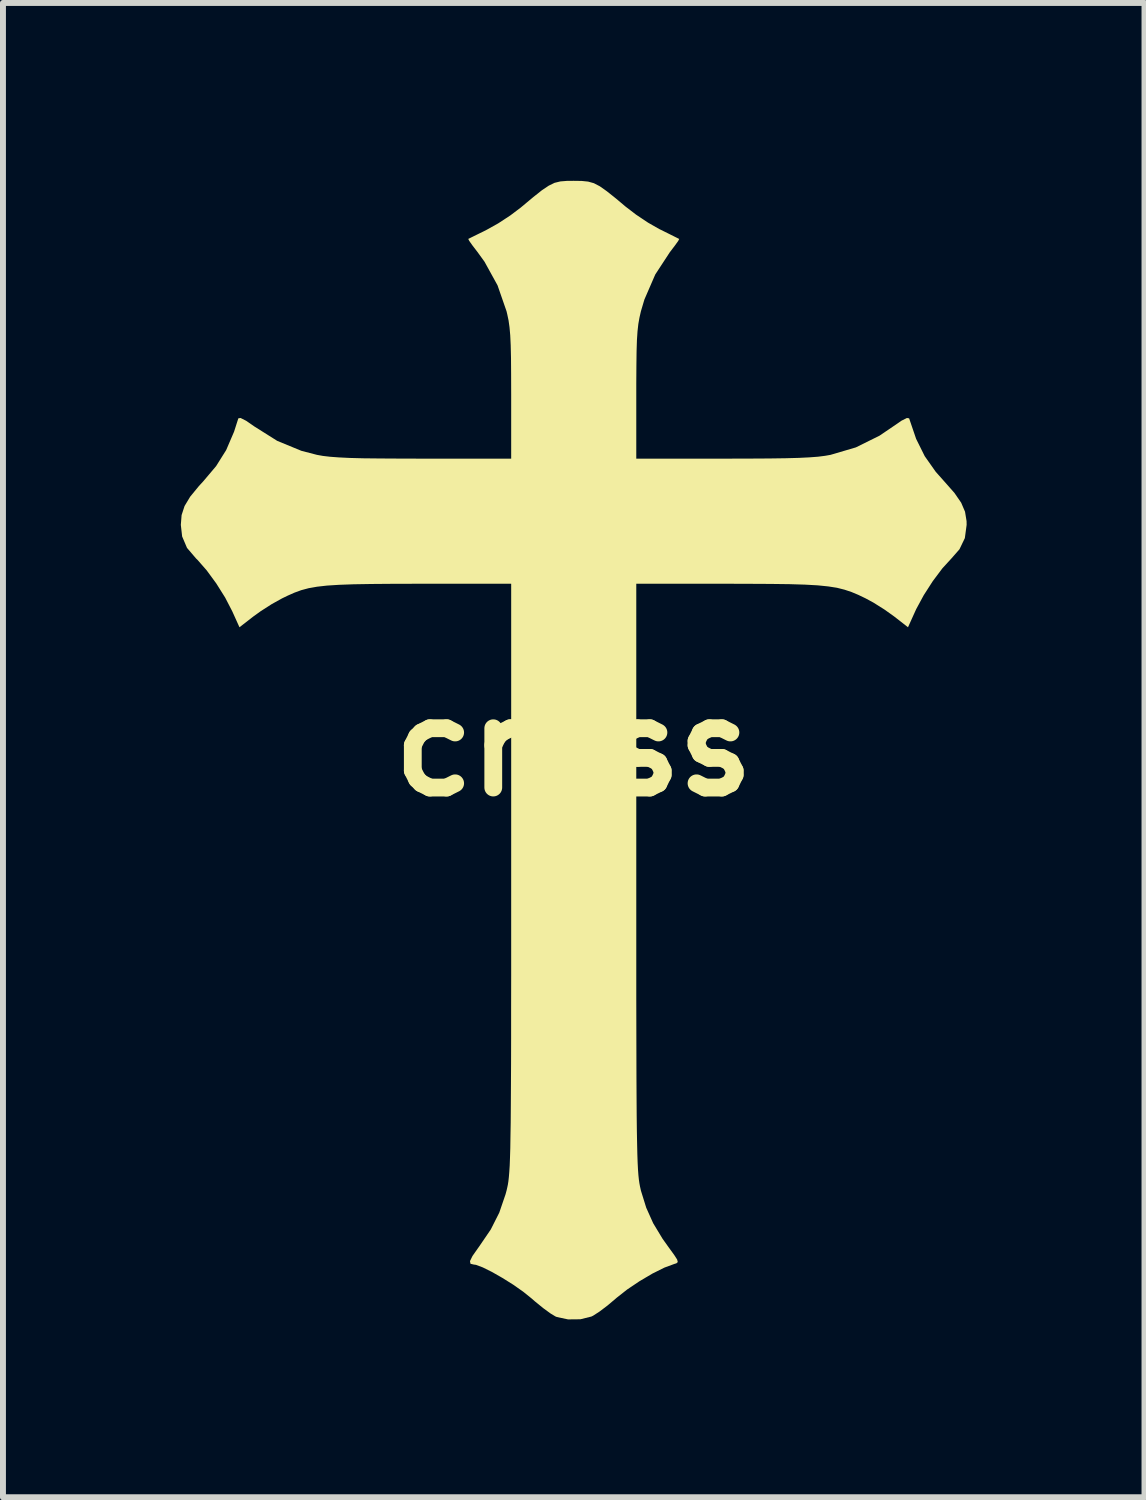
<source format=kicad_pcb>
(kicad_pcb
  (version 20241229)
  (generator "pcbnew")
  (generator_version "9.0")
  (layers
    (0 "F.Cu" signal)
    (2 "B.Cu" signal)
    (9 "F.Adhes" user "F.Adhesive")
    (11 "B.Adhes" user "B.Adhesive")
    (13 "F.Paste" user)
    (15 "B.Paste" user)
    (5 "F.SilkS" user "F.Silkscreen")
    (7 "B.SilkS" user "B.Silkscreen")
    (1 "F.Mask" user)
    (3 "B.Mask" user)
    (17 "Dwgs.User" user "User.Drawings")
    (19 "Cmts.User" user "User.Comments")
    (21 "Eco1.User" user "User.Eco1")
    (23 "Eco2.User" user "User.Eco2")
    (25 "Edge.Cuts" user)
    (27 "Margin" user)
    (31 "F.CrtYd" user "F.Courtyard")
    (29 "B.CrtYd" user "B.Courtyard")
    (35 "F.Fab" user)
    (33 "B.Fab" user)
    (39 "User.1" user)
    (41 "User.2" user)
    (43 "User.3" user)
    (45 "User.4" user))
  (footprint "cross"
    (layer "F.Cu")
    (at 6.627 9.555)
    (property "Reference" "cross" (at 0 0 0) (layer "F.SilkS") (effects (font (size 1.5 1.5) (thickness 0.3))))
    (attr board_only exclude_from_pos_files exclude_from_bom)
    (fp_poly (pts (xy 0.135 -9.553) (xy 0.243 -9.542) (xy 0.34 -9.515) (xy 0.44 -9.463) (xy 0.559 -9.379) (xy 0.712 -9.257) (xy 0.876 -9.119) (xy 1.051 -8.985) (xy 1.253 -8.85) (xy 1.442 -8.742) (xy 1.459 -8.734) (xy 1.6 -8.664) (xy 1.71 -8.609) (xy 1.772 -8.578) (xy 1.779 -8.575) (xy 1.763 -8.542) (xy 1.707 -8.464) (xy 1.625 -8.356) (xy 1.623 -8.354) (xy 1.375 -7.975) (xy 1.192 -7.553) (xy 1.133 -7.354) (xy 1.109 -7.249) (xy 1.09 -7.142) (xy 1.076 -7.018) (xy 1.066 -6.868) (xy 1.06 -6.677) (xy 1.057 -6.436) (xy 1.055 -6.131) (xy 1.055 -5.958) (xy 1.055 -4.869) (xy 2.538 -4.869) (xy 2.952 -4.87) (xy 3.294 -4.872) (xy 3.573 -4.876) (xy 3.798 -4.882) (xy 3.978 -4.891) (xy 4.122 -4.902) (xy 4.24 -4.917) (xy 4.331 -4.933) (xy 4.759 -5.059) (xy 5.157 -5.256) (xy 5.387 -5.412) (xy 5.528 -5.509) (xy 5.62 -5.555) (xy 5.657 -5.549) (xy 5.775 -5.203) (xy 5.92 -4.911) (xy 6.106 -4.647) (xy 6.251 -4.484) (xy 6.422 -4.29) (xy 6.535 -4.126) (xy 6.6 -3.974) (xy 6.626 -3.815) (xy 6.627 -3.752) (xy 6.597 -3.529) (xy 6.506 -3.34) (xy 6.37 -3.185) (xy 6.218 -3.019) (xy 6.056 -2.803) (xy 5.903 -2.565) (xy 5.777 -2.332) (xy 5.76 -2.295) (xy 5.638 -2.025) (xy 5.405 -2.207) (xy 5.241 -2.324) (xy 5.055 -2.441) (xy 4.922 -2.513) (xy 4.799 -2.572) (xy 4.684 -2.62) (xy 4.567 -2.659) (xy 4.44 -2.691) (xy 4.293 -2.714) (xy 4.117 -2.732) (xy 3.902 -2.744) (xy 3.641 -2.752) (xy 3.324 -2.756) (xy 2.942 -2.758) (xy 2.607 -2.759) (xy 1.055 -2.759) (xy 1.055 2.205) (xy 1.055 2.944) (xy 1.055 3.606) (xy 1.055 4.197) (xy 1.056 4.719) (xy 1.057 5.179) (xy 1.058 5.58) (xy 1.06 5.927) (xy 1.062 6.224) (xy 1.065 6.476) (xy 1.069 6.687) (xy 1.073 6.863) (xy 1.078 7.006) (xy 1.084 7.123) (xy 1.091 7.217) (xy 1.099 7.293) (xy 1.108 7.355) (xy 1.118 7.408) (xy 1.129 7.457) (xy 1.133 7.476) (xy 1.223 7.766) (xy 1.34 8.027) (xy 1.499 8.29) (xy 1.601 8.433) (xy 1.694 8.561) (xy 1.744 8.639) (xy 1.755 8.682) (xy 1.732 8.703) (xy 1.696 8.714) (xy 1.531 8.775) (xy 1.328 8.876) (xy 1.111 9.004) (xy 0.901 9.145) (xy 0.722 9.286) (xy 0.712 9.295) (xy 0.571 9.414) (xy 0.435 9.517) (xy 0.328 9.586) (xy 0.298 9.601) (xy 0.112 9.647) (xy -0.096 9.649) (xy -0.284 9.609) (xy -0.307 9.6) (xy -0.393 9.548) (xy -0.516 9.458) (xy -0.656 9.344) (xy -0.712 9.295) (xy -0.851 9.183) (xy -1.02 9.064) (xy -1.202 8.95) (xy -1.379 8.849) (xy -1.534 8.772) (xy -1.649 8.729) (xy -1.686 8.724) (xy -1.741 8.711) (xy -1.75 8.666) (xy -1.708 8.58) (xy -1.614 8.446) (xy -1.596 8.421) (xy -1.399 8.132) (xy -1.256 7.849) (xy -1.15 7.539) (xy -1.133 7.476) (xy -1.122 7.428) (xy -1.111 7.377) (xy -1.102 7.319) (xy -1.094 7.248) (xy -1.087 7.162) (xy -1.08 7.055) (xy -1.075 6.922) (xy -1.07 6.76) (xy -1.067 6.563) (xy -1.063 6.328) (xy -1.061 6.049) (xy -1.059 5.722) (xy -1.057 5.343) (xy -1.056 4.907) (xy -1.056 4.409) (xy -1.055 3.846) (xy -1.055 3.212) (xy -1.055 2.504) (xy -1.055 2.205) (xy -1.055 -2.759) (xy -2.607 -2.759) (xy -3.044 -2.758) (xy -3.409 -2.755) (xy -3.711 -2.75) (xy -3.959 -2.741) (xy -4.163 -2.728) (xy -4.33 -2.709) (xy -4.471 -2.684) (xy -4.595 -2.651) (xy -4.71 -2.609) (xy -4.825 -2.558) (xy -4.92 -2.512) (xy -5.093 -2.416) (xy -5.28 -2.296) (xy -5.405 -2.206) (xy -5.638 -2.025) (xy -5.76 -2.295) (xy -5.879 -2.525) (xy -6.029 -2.764) (xy -6.191 -2.985) (xy -6.346 -3.162) (xy -6.37 -3.185) (xy -6.523 -3.364) (xy -6.605 -3.557) (xy -6.627 -3.752) (xy -6.614 -3.917) (xy -6.564 -4.07) (xy -6.469 -4.228) (xy -6.321 -4.408) (xy -6.251 -4.484) (xy -6.032 -4.743) (xy -5.862 -5.014) (xy -5.729 -5.324) (xy -5.657 -5.549) (xy -5.619 -5.555) (xy -5.526 -5.508) (xy -5.387 -5.412) (xy -5.001 -5.169) (xy -4.593 -5.001) (xy -4.331 -4.933) (xy -4.23 -4.915) (xy -4.11 -4.901) (xy -3.963 -4.89) (xy -3.779 -4.881) (xy -3.549 -4.875) (xy -3.265 -4.872) (xy -2.917 -4.87) (xy -2.538 -4.869) (xy -1.055 -4.869) (xy -1.055 -5.958) (xy -1.056 -6.298) (xy -1.058 -6.568) (xy -1.063 -6.782) (xy -1.071 -6.95) (xy -1.083 -7.085) (xy -1.099 -7.199) (xy -1.121 -7.303) (xy -1.133 -7.354) (xy -1.285 -7.792) (xy -1.505 -8.191) (xy -1.623 -8.354) (xy -1.706 -8.462) (xy -1.762 -8.541) (xy -1.779 -8.575) (xy -1.779 -8.575) (xy -1.739 -8.595) (xy -1.644 -8.642) (xy -1.511 -8.707) (xy -1.459 -8.734) (xy -1.273 -8.838) (xy -1.07 -8.971) (xy -0.891 -9.106) (xy -0.876 -9.119) (xy -0.683 -9.28) (xy -0.537 -9.396) (xy -0.422 -9.473) (xy -0.324 -9.521) (xy -0.226 -9.545) (xy -0.115 -9.554) (xy 0 -9.555)) (stroke (width 0) (type solid)) (fill yes) (layer "F.SilkS")))
  (gr_rect
    (start -3 -3)
    (end 16.254 22.204)
    (stroke (width 0.1) (type default))
    (fill no)
    (layer "Edge.Cuts")))
</source>
